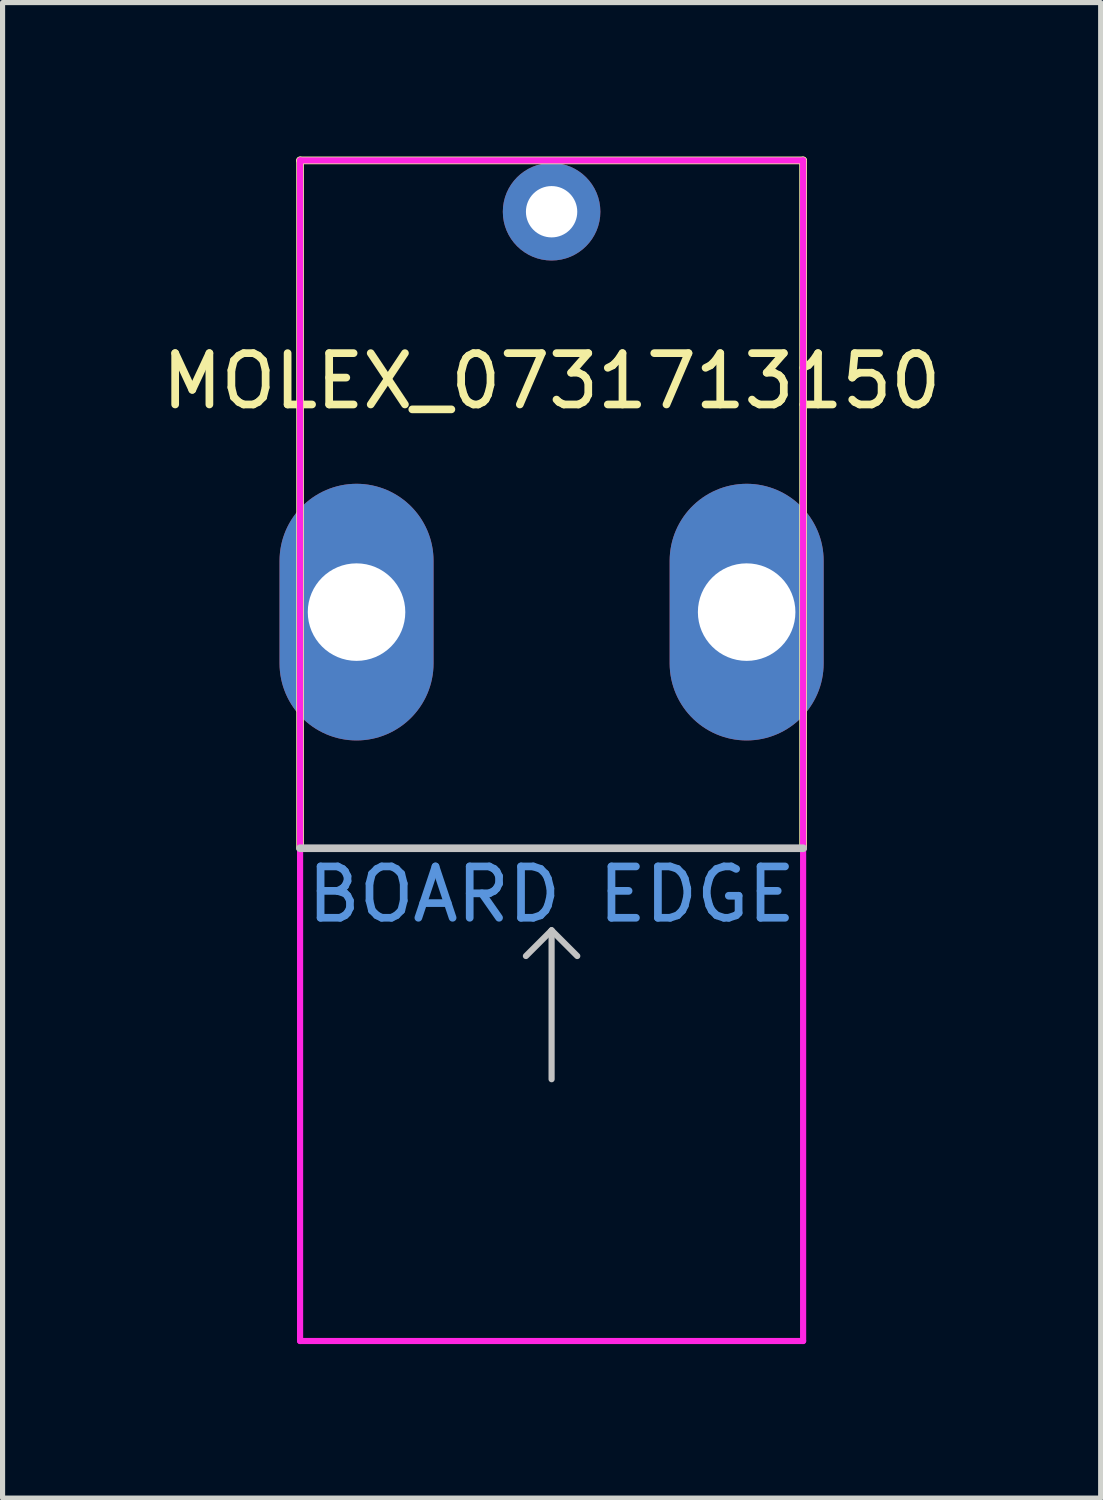
<source format=kicad_pcb>
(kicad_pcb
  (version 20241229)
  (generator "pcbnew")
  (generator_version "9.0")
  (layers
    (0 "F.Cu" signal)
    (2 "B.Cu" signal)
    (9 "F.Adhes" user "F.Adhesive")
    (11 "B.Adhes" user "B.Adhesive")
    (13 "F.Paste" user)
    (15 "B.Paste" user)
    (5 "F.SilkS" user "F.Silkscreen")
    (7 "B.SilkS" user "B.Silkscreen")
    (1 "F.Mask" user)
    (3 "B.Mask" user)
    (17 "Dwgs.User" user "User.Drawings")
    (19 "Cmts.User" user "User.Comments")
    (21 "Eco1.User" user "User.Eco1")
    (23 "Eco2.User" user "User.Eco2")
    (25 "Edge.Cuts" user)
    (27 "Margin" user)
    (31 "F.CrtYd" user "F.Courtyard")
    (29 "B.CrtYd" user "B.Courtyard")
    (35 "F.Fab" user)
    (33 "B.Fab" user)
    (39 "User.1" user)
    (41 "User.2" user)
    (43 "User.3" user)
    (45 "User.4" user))
  (footprint "MOLEX_0731713150"
    (layer "F.Cu")
    (at 7.696 1.075)
    (property "Reference" "MOLEX_0731713150" (at 0 3.3 0) (layer "F.SilkS") (effects (font (size 1 1) (thickness 0.15))))
    (attr through_hole)
    (fp_line (start -4.9 -1) (end 4.9 -1) (stroke (width 0.15) (type solid)) (layer "F.SilkS"))
    (fp_line (start -4.9 12.4) (end -4.9 -1) (stroke (width 0.15) (type solid)) (layer "F.SilkS"))
    (fp_line (start 4.9 -1) (end 4.9 12.4) (stroke (width 0.15) (type solid)) (layer "F.SilkS"))
    (fp_line (start -4.9 12.4) (end 4.9 12.4) (stroke (width 0.15) (type solid)) (layer "Dwgs.User"))
    (fp_line (start 0 14) (end -0.5 14.5) (stroke (width 0.12) (type solid)) (layer "Dwgs.User"))
    (fp_line (start 0 14) (end 0 16.9) (stroke (width 0.12) (type solid)) (layer "Dwgs.User"))
    (fp_line (start 0 14) (end 0.5 14.5) (stroke (width 0.12) (type solid)) (layer "Dwgs.User"))
    (fp_line (start -4.9 -1) (end -4.9 22) (stroke (width 0.12) (type solid)) (layer "F.CrtYd"))
    (fp_line (start -4.9 22) (end 4.9 22) (stroke (width 0.12) (type solid)) (layer "F.CrtYd"))
    (fp_line (start 4.9 -1) (end -4.9 -1) (stroke (width 0.12) (type solid)) (layer "F.CrtYd"))
    (fp_line (start 4.9 22) (end 4.9 -1) (stroke (width 0.12) (type solid)) (layer "F.CrtYd"))
    (fp_text user "BOARD EDGE" (at 0 13.3 0) (layer "Cmts.User") (effects (font (size 1 1) (thickness 0.15))))
    (pad "1" thru_hole circle (at 0 0) (size 1.9 1.9) (drill 1) (layers "*.Cu" "*.Mask"))
    (pad "2" thru_hole oval (at -3.8 7.8) (size 3 5) (drill 1.9) (layers "*.Cu" "*.Mask"))
    (pad "2" thru_hole oval (at 3.8 7.8) (size 3 5) (drill 1.9) (layers "*.Cu" "*.Mask")))
  (gr_rect
    (start -3 -3)
    (end 18.393 26.135)
    (stroke (width 0.1) (type default))
    (fill no)
    (layer "Edge.Cuts")))
</source>
